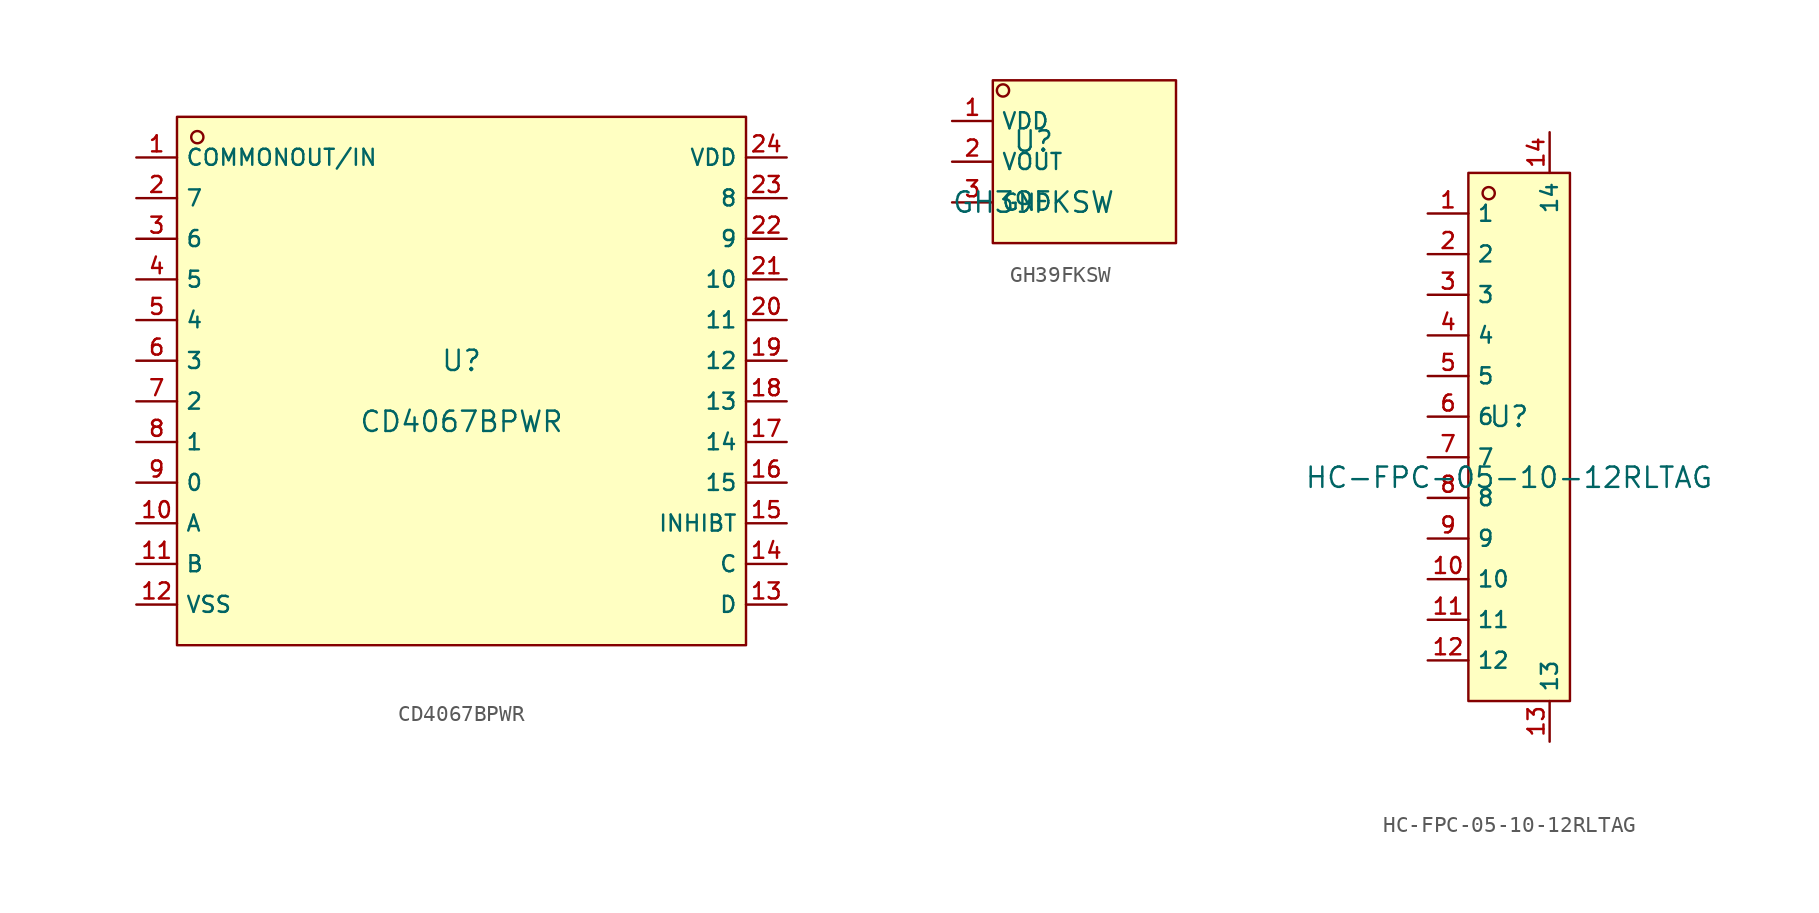
<source format=kicad_sym>
(kicad_symbol_lib
  (version 20210201)
  (generator TousstNicolas/JLC2KiCad_lib)
  (symbol "CD4067BPWR"
    (property "Reference" "U"
      (at 0 1.27 0)
      (effects (font (size 1.27 1.27))))
    (property "Value" "CD4067BPWR"
      (at 0 -2.54 0)
      (effects (font (size 1.27 1.27))))
    (symbol "CD4067BPWR_0_1"
      (rectangle (start -17.78 16.51) (end 17.78 -16.51) (stroke (width 0) (type default) (color 0 0 0 0)) (fill (type background)))
      (circle (center -16.51 15.24) (radius 0.381) (stroke (width 0) (type default) (color 0 0 0 0)) (fill (type background)))
      (pin unspecified line (at -20.32 13.97 0) (length 2.54) (name "COMMONOUT/IN" (effects (font (size 1 1)))) (number "1" (effects (font (size 1 1)))))
      (pin unspecified line (at -20.32 11.43 0) (length 2.54) (name "7" (effects (font (size 1 1)))) (number "2" (effects (font (size 1 1)))))
      (pin unspecified line (at -20.32 8.89 0) (length 2.54) (name "6" (effects (font (size 1 1)))) (number "3" (effects (font (size 1 1)))))
      (pin unspecified line (at -20.32 6.35 0) (length 2.54) (name "5" (effects (font (size 1 1)))) (number "4" (effects (font (size 1 1)))))
      (pin unspecified line (at -20.32 3.81 0) (length 2.54) (name "4" (effects (font (size 1 1)))) (number "5" (effects (font (size 1 1)))))
      (pin unspecified line (at -20.32 1.27 0) (length 2.54) (name "3" (effects (font (size 1 1)))) (number "6" (effects (font (size 1 1)))))
      (pin unspecified line (at -20.32 -1.27 0) (length 2.54) (name "2" (effects (font (size 1 1)))) (number "7" (effects (font (size 1 1)))))
      (pin unspecified line (at -20.32 -3.81 0) (length 2.54) (name "1" (effects (font (size 1 1)))) (number "8" (effects (font (size 1 1)))))
      (pin unspecified line (at -20.32 -6.35 0) (length 2.54) (name "0" (effects (font (size 1 1)))) (number "9" (effects (font (size 1 1)))))
      (pin unspecified line (at -20.32 -8.89 0) (length 2.54) (name "A" (effects (font (size 1 1)))) (number "10" (effects (font (size 1 1)))))
      (pin unspecified line (at -20.32 -11.43 0) (length 2.54) (name "B" (effects (font (size 1 1)))) (number "11" (effects (font (size 1 1)))))
      (pin unspecified line (at -20.32 -13.97 0) (length 2.54) (name "VSS" (effects (font (size 1 1)))) (number "12" (effects (font (size 1 1)))))
      (pin unspecified line (at 20.32 -13.97 180) (length 2.54) (name "D" (effects (font (size 1 1)))) (number "13" (effects (font (size 1 1)))))
      (pin unspecified line (at 20.32 -11.43 180) (length 2.54) (name "C" (effects (font (size 1 1)))) (number "14" (effects (font (size 1 1)))))
      (pin unspecified line (at 20.32 -8.89 180) (length 2.54) (name "INHIBT" (effects (font (size 1 1)))) (number "15" (effects (font (size 1 1)))))
      (pin unspecified line (at 20.32 -6.35 180) (length 2.54) (name "15" (effects (font (size 1 1)))) (number "16" (effects (font (size 1 1)))))
      (pin unspecified line (at 20.32 -3.81 180) (length 2.54) (name "14" (effects (font (size 1 1)))) (number "17" (effects (font (size 1 1)))))
      (pin unspecified line (at 20.32 -1.27 180) (length 2.54) (name "13" (effects (font (size 1 1)))) (number "18" (effects (font (size 1 1)))))
      (pin unspecified line (at 20.32 1.27 180) (length 2.54) (name "12" (effects (font (size 1 1)))) (number "19" (effects (font (size 1 1)))))
      (pin unspecified line (at 20.32 3.81 180) (length 2.54) (name "11" (effects (font (size 1 1)))) (number "20" (effects (font (size 1 1)))))
      (pin unspecified line (at 20.32 6.35 180) (length 2.54) (name "10" (effects (font (size 1 1)))) (number "21" (effects (font (size 1 1)))))
      (pin unspecified line (at 20.32 8.89 180) (length 2.54) (name "9" (effects (font (size 1 1)))) (number "22" (effects (font (size 1 1)))))
      (pin unspecified line (at 20.32 11.43 180) (length 2.54) (name "8" (effects (font (size 1 1)))) (number "23" (effects (font (size 1 1)))))
      (pin unspecified line (at 20.32 13.97 180) (length 2.54) (name "VDD" (effects (font (size 1 1)))) (number "24" (effects (font (size 1 1)))))))
  (symbol "GH39FKSW"
    (property "Reference" "U"
      (at 0 1.27 0)
      (effects (font (size 1.27 1.27))))
    (property "Value" "GH39FKSW"
      (at 0 -2.54 0)
      (effects (font (size 1.27 1.27))))
    (symbol "GH39FKSW_0_1"
      (rectangle (start -2.54 5.08) (end 8.89 -5.08) (stroke (width 0) (type default) (color 0 0 0 0)) (fill (type background)))
      (circle (center -1.905 4.445) (radius 0.381) (stroke (width 0) (type default) (color 0 0 0 0)) (fill (type background)))
      (pin unspecified line (at -5.08 2.54 0) (length 2.54) (name "VDD" (effects (font (size 1 1)))) (number "1" (effects (font (size 1 1)))))
      (pin unspecified line (at -5.08 -0.0 0) (length 2.54) (name "VOUT" (effects (font (size 1 1)))) (number "2" (effects (font (size 1 1)))))
      (pin unspecified line (at -5.08 -2.54 0) (length 2.54) (name "GND" (effects (font (size 1 1)))) (number "3" (effects (font (size 1 1)))))))
  (symbol "HC-FPC-05-10-12RLTAG"
    (property "Reference" "U"
      (at 0 1.27 0)
      (effects (font (size 1.27 1.27))))
    (property "Value" "HC-FPC-05-10-12RLTAG"
      (at 0 -2.54 0)
      (effects (font (size 1.27 1.27))))
    (symbol "HC-FPC-05-10-12RLTAG_0_1"
      (rectangle (start -2.54 16.51) (end 3.81 -16.51) (stroke (width 0) (type default) (color 0 0 0 0)) (fill (type background)))
      (circle (center -1.27 15.24) (radius 0.381) (stroke (width 0) (type default) (color 0 0 0 0)) (fill (type background)))
      (pin unspecified line (at -5.08 13.97 0) (length 2.54) (name "1" (effects (font (size 1 1)))) (number "1" (effects (font (size 1 1)))))
      (pin unspecified line (at -5.08 11.43 0) (length 2.54) (name "2" (effects (font (size 1 1)))) (number "2" (effects (font (size 1 1)))))
      (pin unspecified line (at -5.08 8.89 0) (length 2.54) (name "3" (effects (font (size 1 1)))) (number "3" (effects (font (size 1 1)))))
      (pin unspecified line (at -5.08 6.35 0) (length 2.54) (name "4" (effects (font (size 1 1)))) (number "4" (effects (font (size 1 1)))))
      (pin unspecified line (at -5.08 3.81 0) (length 2.54) (name "5" (effects (font (size 1 1)))) (number "5" (effects (font (size 1 1)))))
      (pin unspecified line (at -5.08 1.27 0) (length 2.54) (name "6" (effects (font (size 1 1)))) (number "6" (effects (font (size 1 1)))))
      (pin unspecified line (at -5.08 -1.27 0) (length 2.54) (name "7" (effects (font (size 1 1)))) (number "7" (effects (font (size 1 1)))))
      (pin unspecified line (at -5.08 -3.81 0) (length 2.54) (name "8" (effects (font (size 1 1)))) (number "8" (effects (font (size 1 1)))))
      (pin unspecified line (at -5.08 -6.35 0) (length 2.54) (name "9" (effects (font (size 1 1)))) (number "9" (effects (font (size 1 1)))))
      (pin unspecified line (at -5.08 -8.89 0) (length 2.54) (name "10" (effects (font (size 1 1)))) (number "10" (effects (font (size 1 1)))))
      (pin unspecified line (at -5.08 -11.43 0) (length 2.54) (name "11" (effects (font (size 1 1)))) (number "11" (effects (font (size 1 1)))))
      (pin unspecified line (at -5.08 -13.97 0) (length 2.54) (name "12" (effects (font (size 1 1)))) (number "12" (effects (font (size 1 1)))))
      (pin unspecified line (at 2.54 -19.05 90) (length 2.54) (name "13" (effects (font (size 1 1)))) (number "13" (effects (font (size 1 1)))))
      (pin unspecified line (at 2.54 19.05 270) (length 2.54) (name "14" (effects (font (size 1 1)))) (number "14" (effects (font (size 1 1))))))))
</source>
